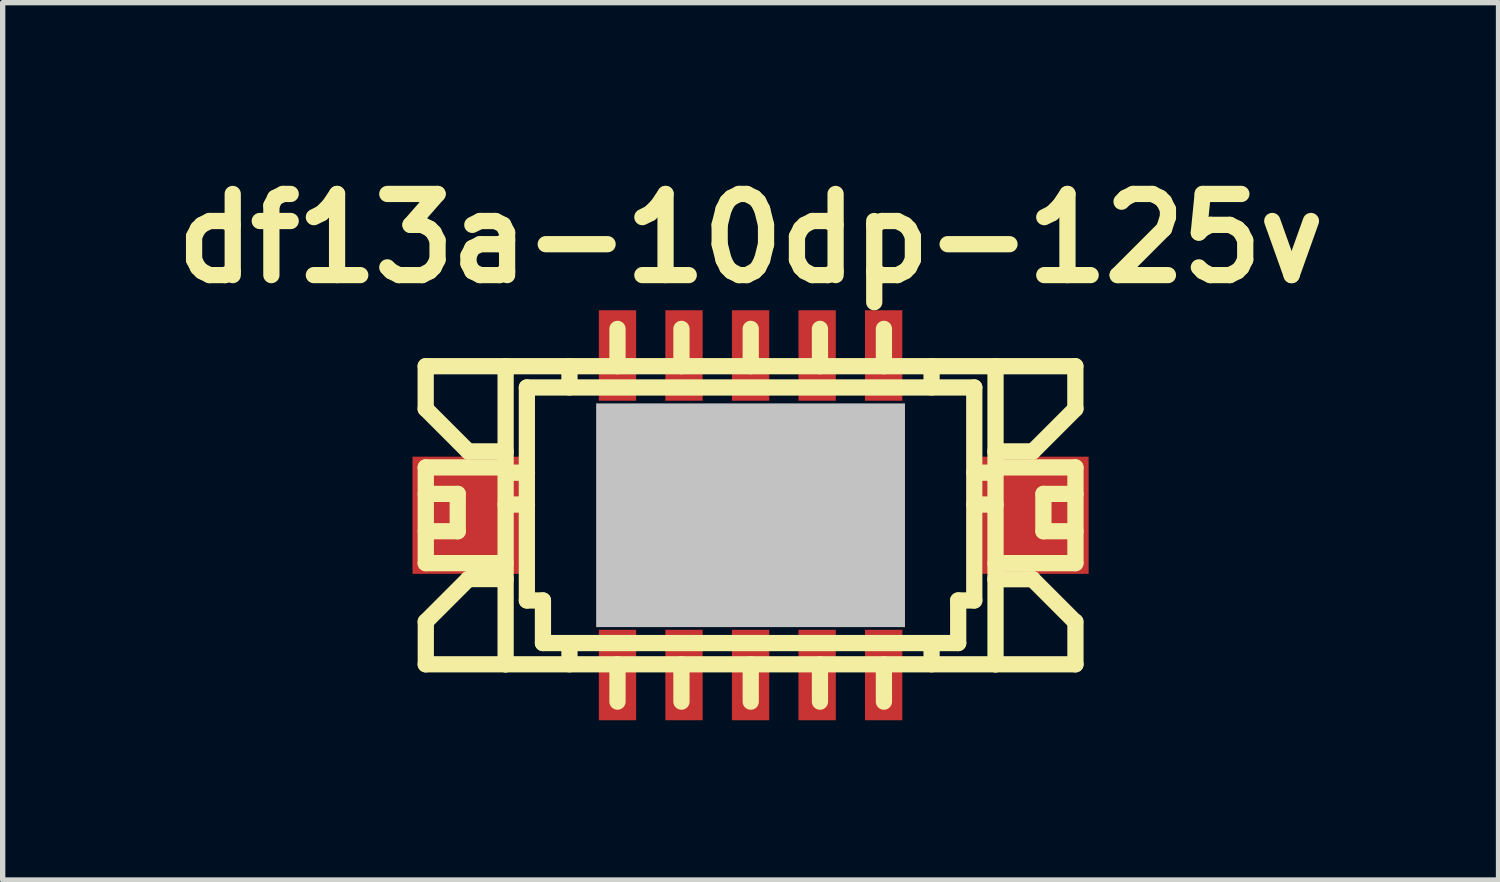
<source format=kicad_pcb>
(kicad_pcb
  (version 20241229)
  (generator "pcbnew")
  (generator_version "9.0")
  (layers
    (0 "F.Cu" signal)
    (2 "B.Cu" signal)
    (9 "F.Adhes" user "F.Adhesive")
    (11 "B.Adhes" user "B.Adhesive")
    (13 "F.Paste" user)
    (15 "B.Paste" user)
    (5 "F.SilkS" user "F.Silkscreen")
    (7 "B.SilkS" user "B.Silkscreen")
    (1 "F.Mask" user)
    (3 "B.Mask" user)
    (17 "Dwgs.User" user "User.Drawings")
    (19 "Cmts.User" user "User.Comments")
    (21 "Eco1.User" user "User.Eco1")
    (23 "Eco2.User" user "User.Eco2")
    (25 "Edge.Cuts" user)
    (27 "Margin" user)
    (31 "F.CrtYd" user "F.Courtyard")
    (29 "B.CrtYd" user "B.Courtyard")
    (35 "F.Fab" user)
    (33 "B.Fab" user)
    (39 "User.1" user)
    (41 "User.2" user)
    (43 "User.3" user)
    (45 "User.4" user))
  (footprint "df13a-10dp-125v"
    (layer "F.Cu")
    (at 11.045 6.626)
    (property "Reference" "df13a-10dp-125v" (at 0 -5.199 0) (layer "F.SilkS") (effects (font (size 1.524 1.524) (thickness 0.305))))
    (attr through_hole)
    (fp_line (start -6.101 -2.799) (end -6.101 -1.999) (stroke (width 0.305) (type solid)) (layer "F.SilkS"))
    (fp_line (start -6.101 -1.999) (end -5.301 -1.199) (stroke (width 0.305) (type solid)) (layer "F.SilkS"))
    (fp_line (start -6.101 -0.899) (end -4.6 -0.899) (stroke (width 0.305) (type solid)) (layer "F.SilkS"))
    (fp_line (start -6.101 0.899) (end -4.6 0.899) (stroke (width 0.305) (type solid)) (layer "F.SilkS"))
    (fp_line (start -6.101 2.799) (end -4.6 2.799) (stroke (width 0.305) (type solid)) (layer "F.SilkS"))
    (fp_line (start -6.099 -0.401) (end -5.499 -0.401) (stroke (width 0.305) (type solid)) (layer "F.SilkS"))
    (fp_line (start -6.099 0.899) (end -6.099 -0.899) (stroke (width 0.305) (type solid)) (layer "F.SilkS"))
    (fp_line (start -6.099 2.799) (end -6.099 1.999) (stroke (width 0.305) (type solid)) (layer "F.SilkS"))
    (fp_line (start -5.499 -0.401) (end -5.499 0.3) (stroke (width 0.305) (type solid)) (layer "F.SilkS"))
    (fp_line (start -5.499 0.3) (end -6.099 0.3) (stroke (width 0.305) (type solid)) (layer "F.SilkS"))
    (fp_line (start -5.301 -1.199) (end -4.6 -1.199) (stroke (width 0.305) (type solid)) (layer "F.SilkS"))
    (fp_line (start -5.301 1.199) (end -6.101 1.999) (stroke (width 0.305) (type solid)) (layer "F.SilkS"))
    (fp_line (start -4.6 -2.799) (end -6.101 -2.799) (stroke (width 0.305) (type solid)) (layer "F.SilkS"))
    (fp_line (start -4.6 -2.799) (end -4.6 2.799) (stroke (width 0.305) (type solid)) (layer "F.SilkS"))
    (fp_line (start -4.6 -0.8) (end -4.199 -0.8) (stroke (width 0.305) (type solid)) (layer "F.SilkS"))
    (fp_line (start -4.6 -0.201) (end -4.199 -0.201) (stroke (width 0.305) (type solid)) (layer "F.SilkS"))
    (fp_line (start -4.6 1.199) (end -5.301 1.199) (stroke (width 0.305) (type solid)) (layer "F.SilkS"))
    (fp_line (start -4.6 2.799) (end 4.6 2.799) (stroke (width 0.305) (type solid)) (layer "F.SilkS"))
    (fp_line (start -4.201 -2.4) (end 4.201 -2.4) (stroke (width 0.305) (type solid)) (layer "F.SilkS"))
    (fp_line (start -4.201 1.6) (end -4.201 -2.4) (stroke (width 0.305) (type solid)) (layer "F.SilkS"))
    (fp_line (start -3.899 1.6) (end -4.201 1.6) (stroke (width 0.305) (type solid)) (layer "F.SilkS"))
    (fp_line (start -3.899 2.4) (end -3.899 1.6) (stroke (width 0.305) (type solid)) (layer "F.SilkS"))
    (fp_line (start -3.401 -2.799) (end -3.401 -2.4) (stroke (width 0.305) (type solid)) (layer "F.SilkS"))
    (fp_line (start -3.401 2.4) (end -3.401 2.799) (stroke (width 0.305) (type solid)) (layer "F.SilkS"))
    (fp_line (start -2.598 -0.701) (end -2.598 -0.5) (stroke (width 0.305) (type solid)) (layer "F.SilkS"))
    (fp_line (start -2.598 -0.5) (end -2.398 -0.5) (stroke (width 0.305) (type solid)) (layer "F.SilkS"))
    (fp_line (start -2.598 0.498) (end -2.598 0.699) (stroke (width 0.305) (type solid)) (layer "F.SilkS"))
    (fp_line (start -2.598 0.699) (end -2.398 0.699) (stroke (width 0.305) (type solid)) (layer "F.SilkS"))
    (fp_line (start -2.499 -3.5) (end -2.499 -2.799) (stroke (width 0.305) (type solid)) (layer "F.SilkS"))
    (fp_line (start -2.499 2.799) (end -2.499 3.5) (stroke (width 0.305) (type solid)) (layer "F.SilkS"))
    (fp_line (start -2.398 -0.701) (end -2.598 -0.701) (stroke (width 0.305) (type solid)) (layer "F.SilkS"))
    (fp_line (start -2.398 -0.5) (end -2.398 -0.701) (stroke (width 0.305) (type solid)) (layer "F.SilkS"))
    (fp_line (start -2.398 0.498) (end -2.598 0.498) (stroke (width 0.305) (type solid)) (layer "F.SilkS"))
    (fp_line (start -2.398 0.699) (end -2.398 0.498) (stroke (width 0.305) (type solid)) (layer "F.SilkS"))
    (fp_line (start -1.298 -3.5) (end -1.298 -2.799) (stroke (width 0.305) (type solid)) (layer "F.SilkS"))
    (fp_line (start -1.298 -0.699) (end -1.1 -0.699) (stroke (width 0.305) (type solid)) (layer "F.SilkS"))
    (fp_line (start -1.298 -0.5) (end -1.298 -0.699) (stroke (width 0.305) (type solid)) (layer "F.SilkS"))
    (fp_line (start -1.298 0.5) (end -1.1 0.5) (stroke (width 0.305) (type solid)) (layer "F.SilkS"))
    (fp_line (start -1.298 0.699) (end -1.298 0.5) (stroke (width 0.305) (type solid)) (layer "F.SilkS"))
    (fp_line (start -1.298 2.799) (end -1.298 3.5) (stroke (width 0.305) (type solid)) (layer "F.SilkS"))
    (fp_line (start -1.1 -0.699) (end -1.1 -0.5) (stroke (width 0.305) (type solid)) (layer "F.SilkS"))
    (fp_line (start -1.1 -0.5) (end -1.298 -0.5) (stroke (width 0.305) (type solid)) (layer "F.SilkS"))
    (fp_line (start -1.1 0.5) (end -1.1 0.699) (stroke (width 0.305) (type solid)) (layer "F.SilkS"))
    (fp_line (start -1.1 0.699) (end -1.298 0.699) (stroke (width 0.305) (type solid)) (layer "F.SilkS"))
    (fp_line (start -0.099 -0.699) (end 0.099 -0.699) (stroke (width 0.305) (type solid)) (layer "F.SilkS"))
    (fp_line (start -0.099 -0.5) (end -0.099 -0.699) (stroke (width 0.305) (type solid)) (layer "F.SilkS"))
    (fp_line (start -0.099 0.5) (end 0.099 0.5) (stroke (width 0.305) (type solid)) (layer "F.SilkS"))
    (fp_line (start -0.099 0.699) (end -0.099 0.5) (stroke (width 0.305) (type solid)) (layer "F.SilkS"))
    (fp_line (start 0.003 -3.5) (end 0.003 -2.799) (stroke (width 0.305) (type solid)) (layer "F.SilkS"))
    (fp_line (start 0.003 2.799) (end 0.003 3.5) (stroke (width 0.305) (type solid)) (layer "F.SilkS"))
    (fp_line (start 0.099 -0.699) (end 0.099 -0.5) (stroke (width 0.305) (type solid)) (layer "F.SilkS"))
    (fp_line (start 0.099 -0.5) (end -0.099 -0.5) (stroke (width 0.305) (type solid)) (layer "F.SilkS"))
    (fp_line (start 0.099 0.5) (end 0.099 0.699) (stroke (width 0.305) (type solid)) (layer "F.SilkS"))
    (fp_line (start 0.099 0.699) (end -0.099 0.699) (stroke (width 0.305) (type solid)) (layer "F.SilkS"))
    (fp_line (start 1.1 -0.699) (end 1.298 -0.699) (stroke (width 0.305) (type solid)) (layer "F.SilkS"))
    (fp_line (start 1.1 -0.5) (end 1.1 -0.699) (stroke (width 0.305) (type solid)) (layer "F.SilkS"))
    (fp_line (start 1.1 0.5) (end 1.298 0.5) (stroke (width 0.305) (type solid)) (layer "F.SilkS"))
    (fp_line (start 1.1 0.699) (end 1.1 0.5) (stroke (width 0.305) (type solid)) (layer "F.SilkS"))
    (fp_line (start 1.298 -0.699) (end 1.298 -0.5) (stroke (width 0.305) (type solid)) (layer "F.SilkS"))
    (fp_line (start 1.298 -0.5) (end 1.1 -0.5) (stroke (width 0.305) (type solid)) (layer "F.SilkS"))
    (fp_line (start 1.298 0.5) (end 1.298 0.699) (stroke (width 0.305) (type solid)) (layer "F.SilkS"))
    (fp_line (start 1.298 0.699) (end 1.1 0.699) (stroke (width 0.305) (type solid)) (layer "F.SilkS"))
    (fp_line (start 1.303 -3.5) (end 1.303 -2.799) (stroke (width 0.305) (type solid)) (layer "F.SilkS"))
    (fp_line (start 1.303 2.799) (end 1.303 3.5) (stroke (width 0.305) (type solid)) (layer "F.SilkS"))
    (fp_line (start 2.403 -0.701) (end 2.603 -0.701) (stroke (width 0.305) (type solid)) (layer "F.SilkS"))
    (fp_line (start 2.403 -0.5) (end 2.403 -0.701) (stroke (width 0.305) (type solid)) (layer "F.SilkS"))
    (fp_line (start 2.403 0.498) (end 2.603 0.498) (stroke (width 0.305) (type solid)) (layer "F.SilkS"))
    (fp_line (start 2.403 0.699) (end 2.403 0.498) (stroke (width 0.305) (type solid)) (layer "F.SilkS"))
    (fp_line (start 2.504 -3.5) (end 2.504 -2.799) (stroke (width 0.305) (type solid)) (layer "F.SilkS"))
    (fp_line (start 2.504 2.799) (end 2.504 3.5) (stroke (width 0.305) (type solid)) (layer "F.SilkS"))
    (fp_line (start 2.603 -0.701) (end 2.603 -0.5) (stroke (width 0.305) (type solid)) (layer "F.SilkS"))
    (fp_line (start 2.603 -0.5) (end 2.403 -0.5) (stroke (width 0.305) (type solid)) (layer "F.SilkS"))
    (fp_line (start 2.603 0.498) (end 2.603 0.699) (stroke (width 0.305) (type solid)) (layer "F.SilkS"))
    (fp_line (start 2.603 0.699) (end 2.403 0.699) (stroke (width 0.305) (type solid)) (layer "F.SilkS"))
    (fp_line (start 3.399 -2.799) (end 3.399 -2.4) (stroke (width 0.305) (type solid)) (layer "F.SilkS"))
    (fp_line (start 3.399 2.4) (end 3.399 2.799) (stroke (width 0.305) (type solid)) (layer "F.SilkS"))
    (fp_line (start 3.899 1.6) (end 3.899 2.4) (stroke (width 0.305) (type solid)) (layer "F.SilkS"))
    (fp_line (start 3.899 2.4) (end -3.899 2.4) (stroke (width 0.305) (type solid)) (layer "F.SilkS"))
    (fp_line (start 4.201 -2.4) (end 4.201 1.6) (stroke (width 0.305) (type solid)) (layer "F.SilkS"))
    (fp_line (start 4.201 -0.201) (end 4.602 -0.201) (stroke (width 0.305) (type solid)) (layer "F.SilkS"))
    (fp_line (start 4.201 1.6) (end 3.899 1.6) (stroke (width 0.305) (type solid)) (layer "F.SilkS"))
    (fp_line (start 4.597 -1.199) (end 5.298 -1.199) (stroke (width 0.305) (type solid)) (layer "F.SilkS"))
    (fp_line (start 4.597 1.201) (end 5.298 1.201) (stroke (width 0.305) (type solid)) (layer "F.SilkS"))
    (fp_line (start 4.6 -2.799) (end -4.6 -2.799) (stroke (width 0.305) (type solid)) (layer "F.SilkS"))
    (fp_line (start 4.6 2.799) (end 4.6 -2.799) (stroke (width 0.305) (type solid)) (layer "F.SilkS"))
    (fp_line (start 4.6 2.799) (end 6.101 2.799) (stroke (width 0.305) (type solid)) (layer "F.SilkS"))
    (fp_line (start 4.602 -0.8) (end 4.201 -0.8) (stroke (width 0.305) (type solid)) (layer "F.SilkS"))
    (fp_line (start 5.296 1.201) (end 6.096 2.002) (stroke (width 0.305) (type solid)) (layer "F.SilkS"))
    (fp_line (start 5.301 -1.199) (end 6.101 -1.999) (stroke (width 0.305) (type solid)) (layer "F.SilkS"))
    (fp_line (start 5.499 -0.401) (end 5.499 0.3) (stroke (width 0.305) (type solid)) (layer "F.SilkS"))
    (fp_line (start 5.502 -0.401) (end 6.101 -0.401) (stroke (width 0.305) (type solid)) (layer "F.SilkS"))
    (fp_line (start 5.502 0.3) (end 6.101 0.3) (stroke (width 0.305) (type solid)) (layer "F.SilkS"))
    (fp_line (start 6.099 -2.799) (end 4.597 -2.799) (stroke (width 0.305) (type solid)) (layer "F.SilkS"))
    (fp_line (start 6.099 -2.799) (end 6.099 -1.999) (stroke (width 0.305) (type solid)) (layer "F.SilkS"))
    (fp_line (start 6.099 -0.899) (end 4.6 -0.899) (stroke (width 0.305) (type solid)) (layer "F.SilkS"))
    (fp_line (start 6.099 0.899) (end 4.6 0.899) (stroke (width 0.305) (type solid)) (layer "F.SilkS"))
    (fp_line (start 6.101 -0.899) (end 6.101 0.899) (stroke (width 0.305) (type solid)) (layer "F.SilkS"))
    (fp_line (start 6.101 2.799) (end 6.101 1.999) (stroke (width 0.305) (type solid)) (layer "F.SilkS"))
    (pad "" smd rect (at -5.349 0) (size 1.999 2.2) (layers "F.Cu" "F.Mask" "F.Paste"))
    (pad "" smd rect (at 0 0) (size 5.799 4.201) (layers "Dwgs.User"))
    (pad "" smd rect (at 5.349 0) (size 1.999 2.2) (layers "F.Cu" "F.Mask" "F.Paste"))
    (pad "1" smd rect (at -2.499 -3) (size 0.701 1.699) (layers "F.Cu" "F.Mask" "F.Paste"))
    (pad "2" smd rect (at -2.499 3) (size 0.701 1.699) (layers "F.Cu" "F.Mask" "F.Paste"))
    (pad "3" smd rect (at -1.25 -3) (size 0.701 1.699) (layers "F.Cu" "F.Mask" "F.Paste"))
    (pad "3" smd rect (at -1.25 3) (size 0.701 1.699) (layers "F.Cu" "F.Mask" "F.Paste"))
    (pad "4" smd rect (at 0 3) (size 0.701 1.699) (layers "F.Cu" "F.Mask" "F.Paste"))
    (pad "5" smd rect (at 0 -3) (size 0.701 1.699) (layers "F.Cu" "F.Mask" "F.Paste"))
    (pad "5" smd rect (at 1.25 3) (size 0.701 1.699) (layers "F.Cu" "F.Mask" "F.Paste"))
    (pad "6" smd rect (at 2.499 3) (size 0.701 1.699) (layers "F.Cu" "F.Mask" "F.Paste"))
    (pad "7" smd rect (at 1.25 -3) (size 0.701 1.699) (layers "F.Cu" "F.Mask" "F.Paste"))
    (pad "9" smd rect (at 2.499 -3) (size 0.701 1.699) (layers "F.Cu" "F.Mask" "F.Paste")))
  (gr_rect
    (start -3 -3)
    (end 25.091 13.475)
    (stroke (width 0.1) (type default))
    (fill no)
    (layer "Edge.Cuts")))
</source>
